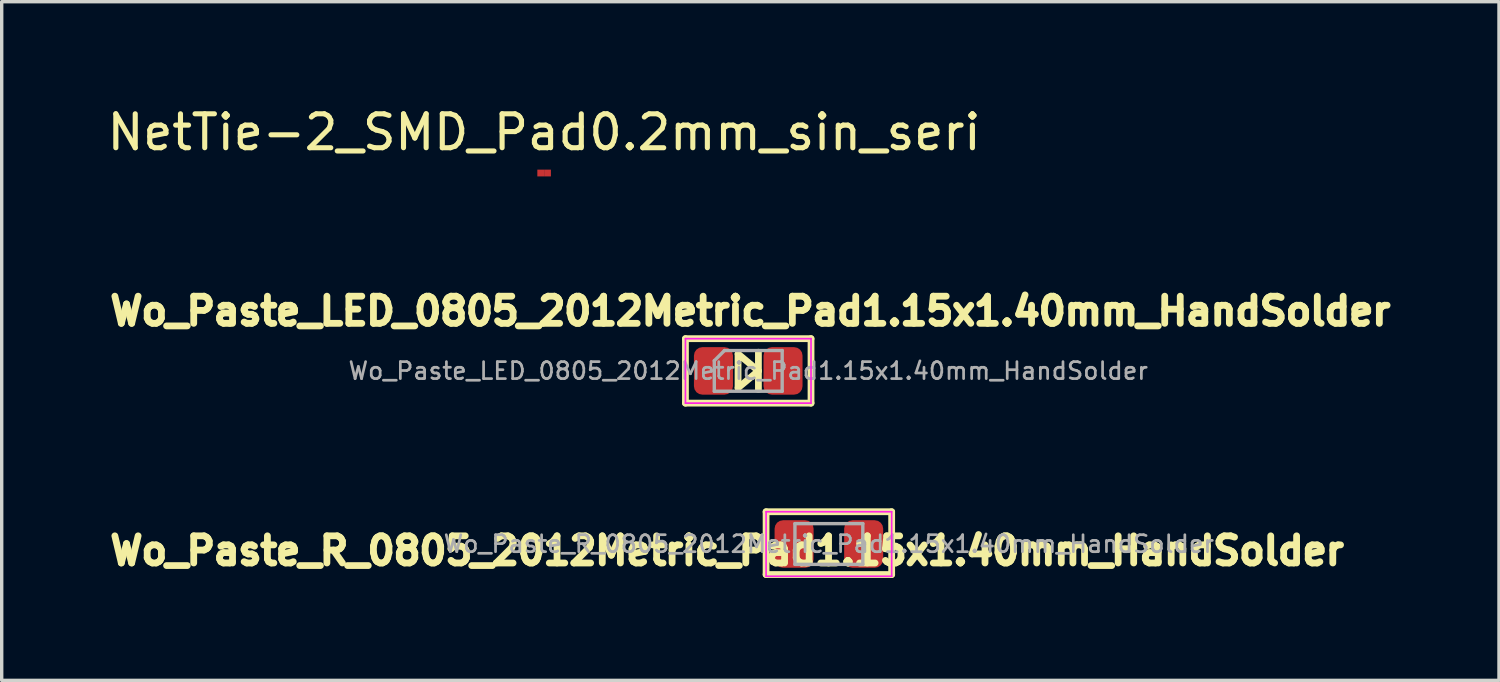
<source format=kicad_pcb>
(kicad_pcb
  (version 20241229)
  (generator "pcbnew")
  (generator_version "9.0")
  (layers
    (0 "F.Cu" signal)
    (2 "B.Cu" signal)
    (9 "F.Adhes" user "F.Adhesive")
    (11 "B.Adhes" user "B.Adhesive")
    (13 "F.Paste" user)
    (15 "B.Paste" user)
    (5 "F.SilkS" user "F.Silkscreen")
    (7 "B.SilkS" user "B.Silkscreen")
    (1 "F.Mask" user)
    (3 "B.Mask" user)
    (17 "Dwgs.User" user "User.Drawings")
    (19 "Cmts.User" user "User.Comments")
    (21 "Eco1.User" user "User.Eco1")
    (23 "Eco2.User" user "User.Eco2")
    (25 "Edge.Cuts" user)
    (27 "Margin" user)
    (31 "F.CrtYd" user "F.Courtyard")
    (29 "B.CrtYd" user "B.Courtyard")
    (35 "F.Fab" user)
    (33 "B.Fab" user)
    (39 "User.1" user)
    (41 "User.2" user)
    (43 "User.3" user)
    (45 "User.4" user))
  (footprint "NetTie-2_SMD_Pad0.2mm_sin_seri"
    (layer "F.Cu")
    (at 12.982 2.048)
    (property "Reference" "NetTie-2_SMD_Pad0.2mm_sin_seri" (at 0 -1.2 0) (layer "F.SilkS") (effects (font (size 1 1) (thickness 0.15))))
    (attr exclude_from_pos_files exclude_from_bom)
    (pad "1" smd rect (at -0.1 0) (size 0.2 0.2) (layers "F.Cu"))
    (pad "2" smd rect (at 0.1 0) (size 0.2 0.2) (layers "F.Cu")))
  (footprint "Wo_Paste_R_0805_2012Metric_Pad1.15x1.40mm_HandSolder"
    (layer "F.Cu")
    (at 21.372 12.978)
    (property "Reference" "Wo_Paste_R_0805_2012Metric_Pad1.15x1.40mm_HandSolder" (at -3 0.2 0) (layer "F.SilkS") (effects (font (size 0.8 0.8) (thickness 0.2))))
    (attr smd)
    (fp_line (start -1.85 -0.95) (end -1.85 0.9) (stroke (width 0.2) (type solid)) (layer "F.SilkS"))
    (fp_line (start -1.85 0.9) (end 1.85 0.9) (stroke (width 0.2) (type solid)) (layer "F.SilkS"))
    (fp_line (start 1.85 -0.95) (end -1.85 -0.95) (stroke (width 0.2) (type solid)) (layer "F.SilkS"))
    (fp_line (start 1.85 0.9) (end 1.85 -0.95) (stroke (width 0.2) (type solid)) (layer "F.SilkS"))
    (fp_line (start -1.85 -0.95) (end 1.85 -0.95) (stroke (width 0.05) (type solid)) (layer "F.CrtYd"))
    (fp_line (start -1.85 0.95) (end -1.85 -0.95) (stroke (width 0.05) (type solid)) (layer "F.CrtYd"))
    (fp_line (start 1.85 -0.95) (end 1.85 0.95) (stroke (width 0.05) (type solid)) (layer "F.CrtYd"))
    (fp_line (start 1.85 0.95) (end -1.85 0.95) (stroke (width 0.05) (type solid)) (layer "F.CrtYd"))
    (fp_line (start -1 -0.6) (end 1 -0.6) (stroke (width 0.1) (type solid)) (layer "F.Fab"))
    (fp_line (start -1 0.6) (end -1 -0.6) (stroke (width 0.1) (type solid)) (layer "F.Fab"))
    (fp_line (start 1 -0.6) (end 1 0.6) (stroke (width 0.1) (type solid)) (layer "F.Fab"))
    (fp_line (start 1 0.6) (end -1 0.6) (stroke (width 0.1) (type solid)) (layer "F.Fab"))
    (fp_text user "${REFERENCE}" (at 0 0 0) (layer "F.Fab") (effects (font (size 0.5 0.5) (thickness 0.08))))
    (pad "1" smd roundrect (at -1.025 0) (size 1.15 1.4) (layers "F.Cu" "F.Mask") (roundrect_rratio 0.217))
    (pad "2" smd roundrect (at 1.025 0) (size 1.15 1.4) (layers "F.Cu" "F.Mask") (roundrect_rratio 0.217)))
  (footprint "Wo_Paste_LED_0805_2012Metric_Pad1.15x1.40mm_HandSolder"
    (layer "F.Cu")
    (at 18.996 7.878)
    (property "Reference" "Wo_Paste_LED_0805_2012Metric_Pad1.15x1.40mm_HandSolder" (at 0.062 -1.761 0) (layer "F.SilkS") (effects (font (size 0.8 0.8) (thickness 0.2))))
    (attr smd)
    (fp_line (start -1.85 -0.95) (end 1.85 -0.95) (stroke (width 0.2) (type solid)) (layer "F.SilkS"))
    (fp_line (start -1.85 0.95) (end -1.85 -0.95) (stroke (width 0.2) (type solid)) (layer "F.SilkS"))
    (fp_line (start -0.3 -0.5) (end -0.3 0.5) (stroke (width 0.2) (type solid)) (layer "F.SilkS"))
    (fp_line (start -0.3 0.5) (end 0.3 0) (stroke (width 0.2) (type solid)) (layer "F.SilkS"))
    (fp_line (start 0.3 -0.55) (end 0.3 0.55) (stroke (width 0.2) (type solid)) (layer "F.SilkS"))
    (fp_line (start 0.3 0) (end -0.3 -0.5) (stroke (width 0.2) (type solid)) (layer "F.SilkS"))
    (fp_line (start 1.85 -0.95) (end 1.85 0.95) (stroke (width 0.2) (type solid)) (layer "F.SilkS"))
    (fp_line (start 1.85 0.95) (end -1.85 0.95) (stroke (width 0.2) (type solid)) (layer "F.SilkS"))
    (fp_line (start -1.85 -0.95) (end 1.85 -0.95) (stroke (width 0.05) (type solid)) (layer "F.CrtYd"))
    (fp_line (start -1.85 0.95) (end -1.85 -0.95) (stroke (width 0.05) (type solid)) (layer "F.CrtYd"))
    (fp_line (start 1.85 -0.95) (end 1.85 0.95) (stroke (width 0.05) (type solid)) (layer "F.CrtYd"))
    (fp_line (start 1.85 0.95) (end -1.85 0.95) (stroke (width 0.05) (type solid)) (layer "F.CrtYd"))
    (fp_line (start -1 -0.3) (end -1 0.6) (stroke (width 0.1) (type solid)) (layer "F.Fab"))
    (fp_line (start -1 0.6) (end 1 0.6) (stroke (width 0.1) (type solid)) (layer "F.Fab"))
    (fp_line (start -0.7 -0.6) (end -1 -0.3) (stroke (width 0.1) (type solid)) (layer "F.Fab"))
    (fp_line (start 1 -0.6) (end -0.7 -0.6) (stroke (width 0.1) (type solid)) (layer "F.Fab"))
    (fp_line (start 1 0.6) (end 1 -0.6) (stroke (width 0.1) (type solid)) (layer "F.Fab"))
    (fp_text user "${REFERENCE}" (at 0 0 0) (layer "F.Fab") (effects (font (size 0.5 0.5) (thickness 0.08))))
    (pad "1" smd roundrect (at -1.025 0) (size 1.15 1.4) (layers "F.Cu" "F.Mask") (roundrect_rratio 0.217))
    (pad "2" smd roundrect (at 1.025 0) (size 1.15 1.4) (layers "F.Cu" "F.Mask") (roundrect_rratio 0.217)))
  (gr_rect
    (start -3 -3)
    (end 41.116 16.997)
    (stroke (width 0.1) (type default))
    (fill no)
    (layer "Edge.Cuts")))
</source>
